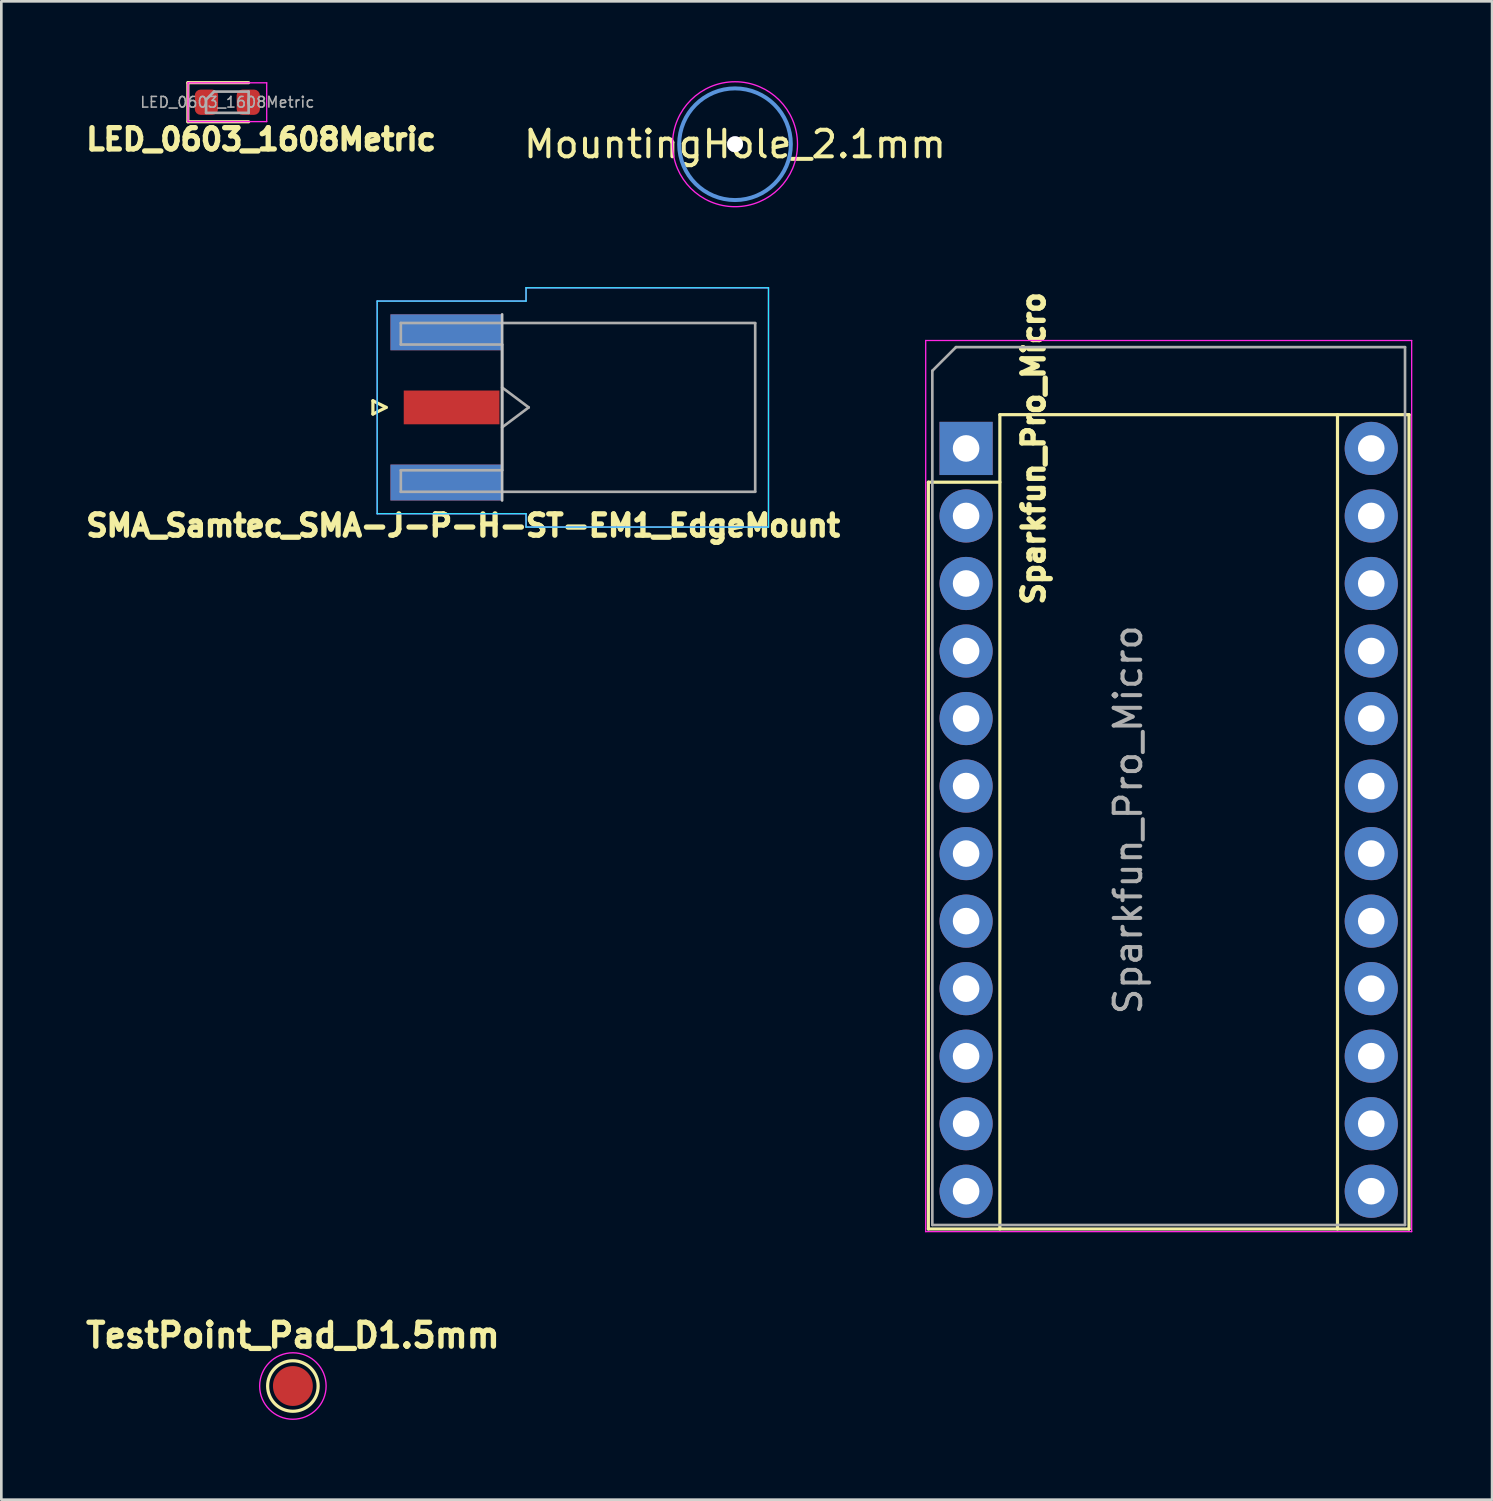
<source format=kicad_pcb>
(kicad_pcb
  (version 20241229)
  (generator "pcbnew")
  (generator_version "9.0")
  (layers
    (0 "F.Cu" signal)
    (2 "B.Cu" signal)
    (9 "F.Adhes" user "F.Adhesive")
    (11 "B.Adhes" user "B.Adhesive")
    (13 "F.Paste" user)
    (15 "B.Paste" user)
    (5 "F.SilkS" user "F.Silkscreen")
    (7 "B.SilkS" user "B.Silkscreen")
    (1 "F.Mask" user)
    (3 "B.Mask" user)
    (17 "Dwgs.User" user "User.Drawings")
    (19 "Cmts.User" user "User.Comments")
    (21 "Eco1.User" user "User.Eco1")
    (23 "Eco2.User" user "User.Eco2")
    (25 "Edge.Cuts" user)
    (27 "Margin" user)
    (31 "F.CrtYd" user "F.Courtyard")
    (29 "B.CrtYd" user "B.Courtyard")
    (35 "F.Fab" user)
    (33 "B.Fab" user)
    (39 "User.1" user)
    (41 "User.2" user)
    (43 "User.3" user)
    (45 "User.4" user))
  (footprint "LED_0603_1608Metric"
    (layer "F.Cu")
    (at 5.502 0.795)
    (property "Reference" "LED_0603_1608Metric" (at 1.27 1.397 180) (layer "F.SilkS") (effects (font (size 0.8 0.8) (thickness 0.2))))
    (attr smd)
    (fp_line (start -1.485 -0.735) (end -1.485 0.735) (stroke (width 0.12) (type solid)) (layer "F.SilkS"))
    (fp_line (start -1.485 0.735) (end 0.8 0.735) (stroke (width 0.12) (type solid)) (layer "F.SilkS"))
    (fp_line (start 0.8 -0.735) (end -1.485 -0.735) (stroke (width 0.12) (type solid)) (layer "F.SilkS"))
    (fp_line (start -1.48 -0.73) (end 1.48 -0.73) (stroke (width 0.05) (type solid)) (layer "F.CrtYd"))
    (fp_line (start -1.48 0.73) (end -1.48 -0.73) (stroke (width 0.05) (type solid)) (layer "F.CrtYd"))
    (fp_line (start 1.48 -0.73) (end 1.48 0.73) (stroke (width 0.05) (type solid)) (layer "F.CrtYd"))
    (fp_line (start 1.48 0.73) (end -1.48 0.73) (stroke (width 0.05) (type solid)) (layer "F.CrtYd"))
    (fp_line (start -0.8 -0.1) (end -0.8 0.4) (stroke (width 0.1) (type solid)) (layer "F.Fab"))
    (fp_line (start -0.8 0.4) (end 0.8 0.4) (stroke (width 0.1) (type solid)) (layer "F.Fab"))
    (fp_line (start -0.5 -0.4) (end -0.8 -0.1) (stroke (width 0.1) (type solid)) (layer "F.Fab"))
    (fp_line (start 0.8 -0.4) (end -0.5 -0.4) (stroke (width 0.1) (type solid)) (layer "F.Fab"))
    (fp_line (start 0.8 0.4) (end 0.8 -0.4) (stroke (width 0.1) (type solid)) (layer "F.Fab"))
    (fp_text user "${REFERENCE}" (at 0 0 0) (layer "F.Fab") (effects (font (size 0.4 0.4) (thickness 0.06))))
    (pad "1" smd roundrect (at -0.787 0) (size 0.875 0.95) (layers "F.Cu" "F.Mask" "F.Paste") (roundrect_rratio 0.25))
    (pad "2" smd roundrect (at 0.787 0) (size 0.875 0.95) (layers "F.Cu" "F.Mask" "F.Paste") (roundrect_rratio 0.25)))
  (footprint "MountingHole_2.1mm"
    (layer "F.Cu")
    (at 24.598 2.375)
    (property "Reference" "MountingHole_2.1mm" (at 0 0 0) (layer "F.SilkS") (effects (font (size 1 1) (thickness 0.15))))
    (attr exclude_from_pos_files exclude_from_bom)
    (fp_circle (center 0 0) (end 2.1 0) (stroke (width 0.15) (type solid)) (fill no) (layer "Cmts.User"))
    (fp_circle (center 0 0) (end 2.35 0) (stroke (width 0.05) (type solid)) (fill no) (layer "F.CrtYd"))
    (pad "" thru_hole circle (at 0 0) (size 0.6 0.6) (drill 0.6) (layers "*.Cu" "*.Mask")))
  (footprint "Sparkfun_Pro_Micro"
    (layer "F.Cu")
    (at 33.29 13.818)
    (property "Reference" "Sparkfun_Pro_Micro" (at 2.54 0 270) (layer "F.SilkS") (effects (font (size 0.8 0.8) (thickness 0.2))))
    (attr through_hole)
    (fp_line (start -1.42 1.27) (end -1.42 29.36) (stroke (width 0.12) (type solid)) (layer "F.SilkS"))
    (fp_line (start -1.42 29.36) (end 16.66 29.36) (stroke (width 0.12) (type solid)) (layer "F.SilkS"))
    (fp_line (start 1.27 -1.27) (end 1.27 29.36) (stroke (width 0.12) (type solid)) (layer "F.SilkS"))
    (fp_line (start 1.27 1.27) (end -1.42 1.27) (stroke (width 0.12) (type solid)) (layer "F.SilkS"))
    (fp_line (start 13.97 -1.27) (end 13.97 29.36) (stroke (width 0.12) (type solid)) (layer "F.SilkS"))
    (fp_line (start 16.66 -1.27) (end 1.27 -1.27) (stroke (width 0.12) (type solid)) (layer "F.SilkS"))
    (fp_line (start 16.66 29.36) (end 16.66 -1.27) (stroke (width 0.12) (type solid)) (layer "F.SilkS"))
    (fp_line (start -1.52 -4.06) (end -1.52 29.46) (stroke (width 0.05) (type solid)) (layer "F.CrtYd"))
    (fp_line (start -1.52 -4.06) (end 16.76 -4.06) (stroke (width 0.05) (type solid)) (layer "F.CrtYd"))
    (fp_line (start 16.76 29.46) (end -1.52 29.46) (stroke (width 0.05) (type solid)) (layer "F.CrtYd"))
    (fp_line (start 16.76 29.46) (end 16.76 -4.06) (stroke (width 0.05) (type solid)) (layer "F.CrtYd"))
    (fp_line (start -1.27 29.21) (end -1.27 -2.921) (stroke (width 0.1) (type solid)) (layer "F.Fab"))
    (fp_line (start -0.381 -3.81) (end -1.27 -2.921) (stroke (width 0.1) (type solid)) (layer "F.Fab"))
    (fp_line (start -0.381 -3.81) (end 16.51 -3.81) (stroke (width 0.1) (type solid)) (layer "F.Fab"))
    (fp_line (start 16.51 -3.81) (end 16.51 29.21) (stroke (width 0.1) (type solid)) (layer "F.Fab"))
    (fp_line (start 16.51 29.21) (end -1.27 29.21) (stroke (width 0.1) (type solid)) (layer "F.Fab"))
    (fp_text user "${REFERENCE}" (at 6.096 13.97 270) (layer "F.Fab") (effects (font (size 1 1) (thickness 0.15))))
    (pad "1" thru_hole rect (at 0 0) (size 2 2) (drill 1) (layers "*.Cu" "*.Mask"))
    (pad "2" thru_hole oval (at 0 2.54) (size 2 2) (drill 1) (layers "*.Cu" "*.Mask"))
    (pad "3" thru_hole oval (at 0 5.08) (size 2 2) (drill 1) (layers "*.Cu" "*.Mask"))
    (pad "4" thru_hole oval (at 0 7.62) (size 2 2) (drill 1) (layers "*.Cu" "*.Mask"))
    (pad "5" thru_hole oval (at 0 10.16) (size 2 2) (drill 1) (layers "*.Cu" "*.Mask"))
    (pad "6" thru_hole oval (at 0 12.7) (size 2 2) (drill 1) (layers "*.Cu" "*.Mask"))
    (pad "7" thru_hole oval (at 0 15.24) (size 2 2) (drill 1) (layers "*.Cu" "*.Mask"))
    (pad "8" thru_hole oval (at 0 17.78) (size 2 2) (drill 1) (layers "*.Cu" "*.Mask"))
    (pad "9" thru_hole oval (at 0 20.32) (size 2 2) (drill 1) (layers "*.Cu" "*.Mask"))
    (pad "10" thru_hole oval (at 0 22.86) (size 2 2) (drill 1) (layers "*.Cu" "*.Mask"))
    (pad "11" thru_hole oval (at 0 25.4) (size 2 2) (drill 1) (layers "*.Cu" "*.Mask"))
    (pad "12" thru_hole oval (at 0 27.94) (size 2 2) (drill 1) (layers "*.Cu" "*.Mask"))
    (pad "13" thru_hole oval (at 15.24 27.94) (size 2 2) (drill 1) (layers "*.Cu" "*.Mask"))
    (pad "14" thru_hole oval (at 15.24 25.4) (size 2 2) (drill 1) (layers "*.Cu" "*.Mask"))
    (pad "15" thru_hole oval (at 15.24 22.86) (size 2 2) (drill 1) (layers "*.Cu" "*.Mask"))
    (pad "16" thru_hole oval (at 15.24 20.32) (size 2 2) (drill 1) (layers "*.Cu" "*.Mask"))
    (pad "17" thru_hole oval (at 15.24 17.78) (size 2 2) (drill 1) (layers "*.Cu" "*.Mask"))
    (pad "18" thru_hole oval (at 15.24 15.24) (size 2 2) (drill 1) (layers "*.Cu" "*.Mask"))
    (pad "19" thru_hole oval (at 15.24 12.7) (size 2 2) (drill 1) (layers "*.Cu" "*.Mask"))
    (pad "20" thru_hole oval (at 15.24 10.16) (size 2 2) (drill 1) (layers "*.Cu" "*.Mask"))
    (pad "21" thru_hole oval (at 15.24 7.62) (size 2 2) (drill 1) (layers "*.Cu" "*.Mask"))
    (pad "22" thru_hole oval (at 15.24 5.08) (size 2 2) (drill 1) (layers "*.Cu" "*.Mask"))
    (pad "23" thru_hole oval (at 15.24 2.54) (size 2 2) (drill 1) (layers "*.Cu" "*.Mask"))
    (pad "24" thru_hole oval (at 15.24 0) (size 2 2) (drill 1) (layers "*.Cu" "*.Mask")))
  (footprint "SMA_Samtec_SMA-J-P-H-ST-EM1_EdgeMount"
    (layer "F.Cu")
    (at 13.737 12.275)
    (property "Reference" "SMA_Samtec_SMA-J-P-H-ST-EM1_EdgeMount" (at 0.635 4.445 180) (layer "F.SilkS") (effects (font (size 0.8 0.8) (thickness 0.2))))
    (attr smd)
    (fp_line (start -2.76 -0.25) (end -2.76 0.25) (stroke (width 0.12) (type solid)) (layer "F.SilkS"))
    (fp_line (start -2.76 0.25) (end -2.26 0) (stroke (width 0.12) (type solid)) (layer "F.SilkS"))
    (fp_line (start -2.26 0) (end -2.76 -0.25) (stroke (width 0.12) (type solid)) (layer "F.SilkS"))
    (fp_line (start 2.1 -3.5) (end 2.1 3.5) (stroke (width 0.1) (type solid)) (layer "Dwgs.User"))
    (fp_line (start -2.6 4) (end -2.6 -4) (stroke (width 0.05) (type solid)) (layer "B.CrtYd"))
    (fp_line (start 3 -4.5) (end 3 -4) (stroke (width 0.05) (type solid)) (layer "B.CrtYd"))
    (fp_line (start 3 -4) (end -2.6 -4) (stroke (width 0.05) (type solid)) (layer "B.CrtYd"))
    (fp_line (start 3 4) (end -2.6 4) (stroke (width 0.05) (type solid)) (layer "B.CrtYd"))
    (fp_line (start 3 4.5) (end 3 4) (stroke (width 0.05) (type solid)) (layer "B.CrtYd"))
    (fp_line (start 12.12 -4.5) (end 3 -4.5) (stroke (width 0.05) (type solid)) (layer "B.CrtYd"))
    (fp_line (start 12.12 -4.5) (end 12.12 4.5) (stroke (width 0.05) (type solid)) (layer "B.CrtYd"))
    (fp_line (start 12.12 4.5) (end 3 4.5) (stroke (width 0.05) (type solid)) (layer "B.CrtYd"))
    (fp_line (start -2.6 4) (end -2.6 -4) (stroke (width 0.05) (type solid)) (layer "F.CrtYd"))
    (fp_line (start 3 -4.5) (end 3 -4) (stroke (width 0.05) (type solid)) (layer "F.CrtYd"))
    (fp_line (start 3 -4) (end -2.6 -4) (stroke (width 0.05) (type solid)) (layer "F.CrtYd"))
    (fp_line (start 3 4) (end -2.6 4) (stroke (width 0.05) (type solid)) (layer "F.CrtYd"))
    (fp_line (start 3 4.5) (end 3 4) (stroke (width 0.05) (type solid)) (layer "F.CrtYd"))
    (fp_line (start 12.12 -4.5) (end 3 -4.5) (stroke (width 0.05) (type solid)) (layer "F.CrtYd"))
    (fp_line (start 12.12 -4.5) (end 12.12 4.5) (stroke (width 0.05) (type solid)) (layer "F.CrtYd"))
    (fp_line (start 12.12 4.5) (end 3 4.5) (stroke (width 0.05) (type solid)) (layer "F.CrtYd"))
    (fp_line (start -1.71 -3.175) (end -1.71 -2.365) (stroke (width 0.1) (type solid)) (layer "F.Fab"))
    (fp_line (start -1.71 -3.175) (end 11.62 -3.175) (stroke (width 0.1) (type solid)) (layer "F.Fab"))
    (fp_line (start -1.71 -2.365) (end 2.1 -2.365) (stroke (width 0.1) (type solid)) (layer "F.Fab"))
    (fp_line (start -1.71 2.365) (end -1.71 3.175) (stroke (width 0.1) (type solid)) (layer "F.Fab"))
    (fp_line (start -1.71 3.175) (end 11.62 3.175) (stroke (width 0.1) (type solid)) (layer "F.Fab"))
    (fp_line (start 2.1 -2.365) (end 2.1 2.365) (stroke (width 0.1) (type solid)) (layer "F.Fab"))
    (fp_line (start 2.1 -0.75) (end 3.1 0) (stroke (width 0.1) (type solid)) (layer "F.Fab"))
    (fp_line (start 2.1 2.365) (end -1.71 2.365) (stroke (width 0.1) (type solid)) (layer "F.Fab"))
    (fp_line (start 3.1 0) (end 2.1 0.75) (stroke (width 0.1) (type solid)) (layer "F.Fab"))
    (fp_line (start 11.62 -3.165) (end 11.62 3.165) (stroke (width 0.1) (type solid)) (layer "F.Fab"))
    (pad "1" smd rect (at 0.2 0 90) (size 1.27 3.6) (layers "F.Cu" "F.Mask" "F.Paste"))
    (pad "2" smd rect (at 0 -2.825 90) (size 1.35 4.2) (layers "F.Cu" "F.Mask" "F.Paste"))
    (pad "2" smd rect (at 0 -2.825 90) (size 1.35 4.2) (layers "B.Cu" "B.Mask" "B.Paste"))
    (pad "2" smd rect (at 0 2.825 90) (size 1.35 4.2) (layers "F.Cu" "F.Mask" "F.Paste"))
    (pad "2" smd rect (at 0 2.825 90) (size 1.35 4.2) (layers "B.Cu" "B.Mask" "B.Paste")))
  (footprint "TestPoint_Pad_D1.5mm"
    (layer "F.Cu")
    (at 7.967 49.085)
    (property "Reference" "TestPoint_Pad_D1.5mm" (at 0 -1.905 180) (layer "F.SilkS") (effects (font (size 0.9 0.9) (thickness 0.2))))
    (attr exclude_from_pos_files exclude_from_bom)
    (fp_circle (center 0 0) (end 0 0.95) (stroke (width 0.12) (type solid)) (fill no) (layer "F.SilkS"))
    (fp_circle (center 0 0) (end 1.25 0) (stroke (width 0.05) (type solid)) (fill no) (layer "F.CrtYd"))
    (pad "1" smd circle (at 0 0) (size 1.5 1.5) (layers "F.Cu" "F.Mask")))
  (gr_rect
    (start -3 -3)
    (end 53.075 53.36)
    (stroke (width 0.1) (type default))
    (fill no)
    (layer "Edge.Cuts")))
</source>
